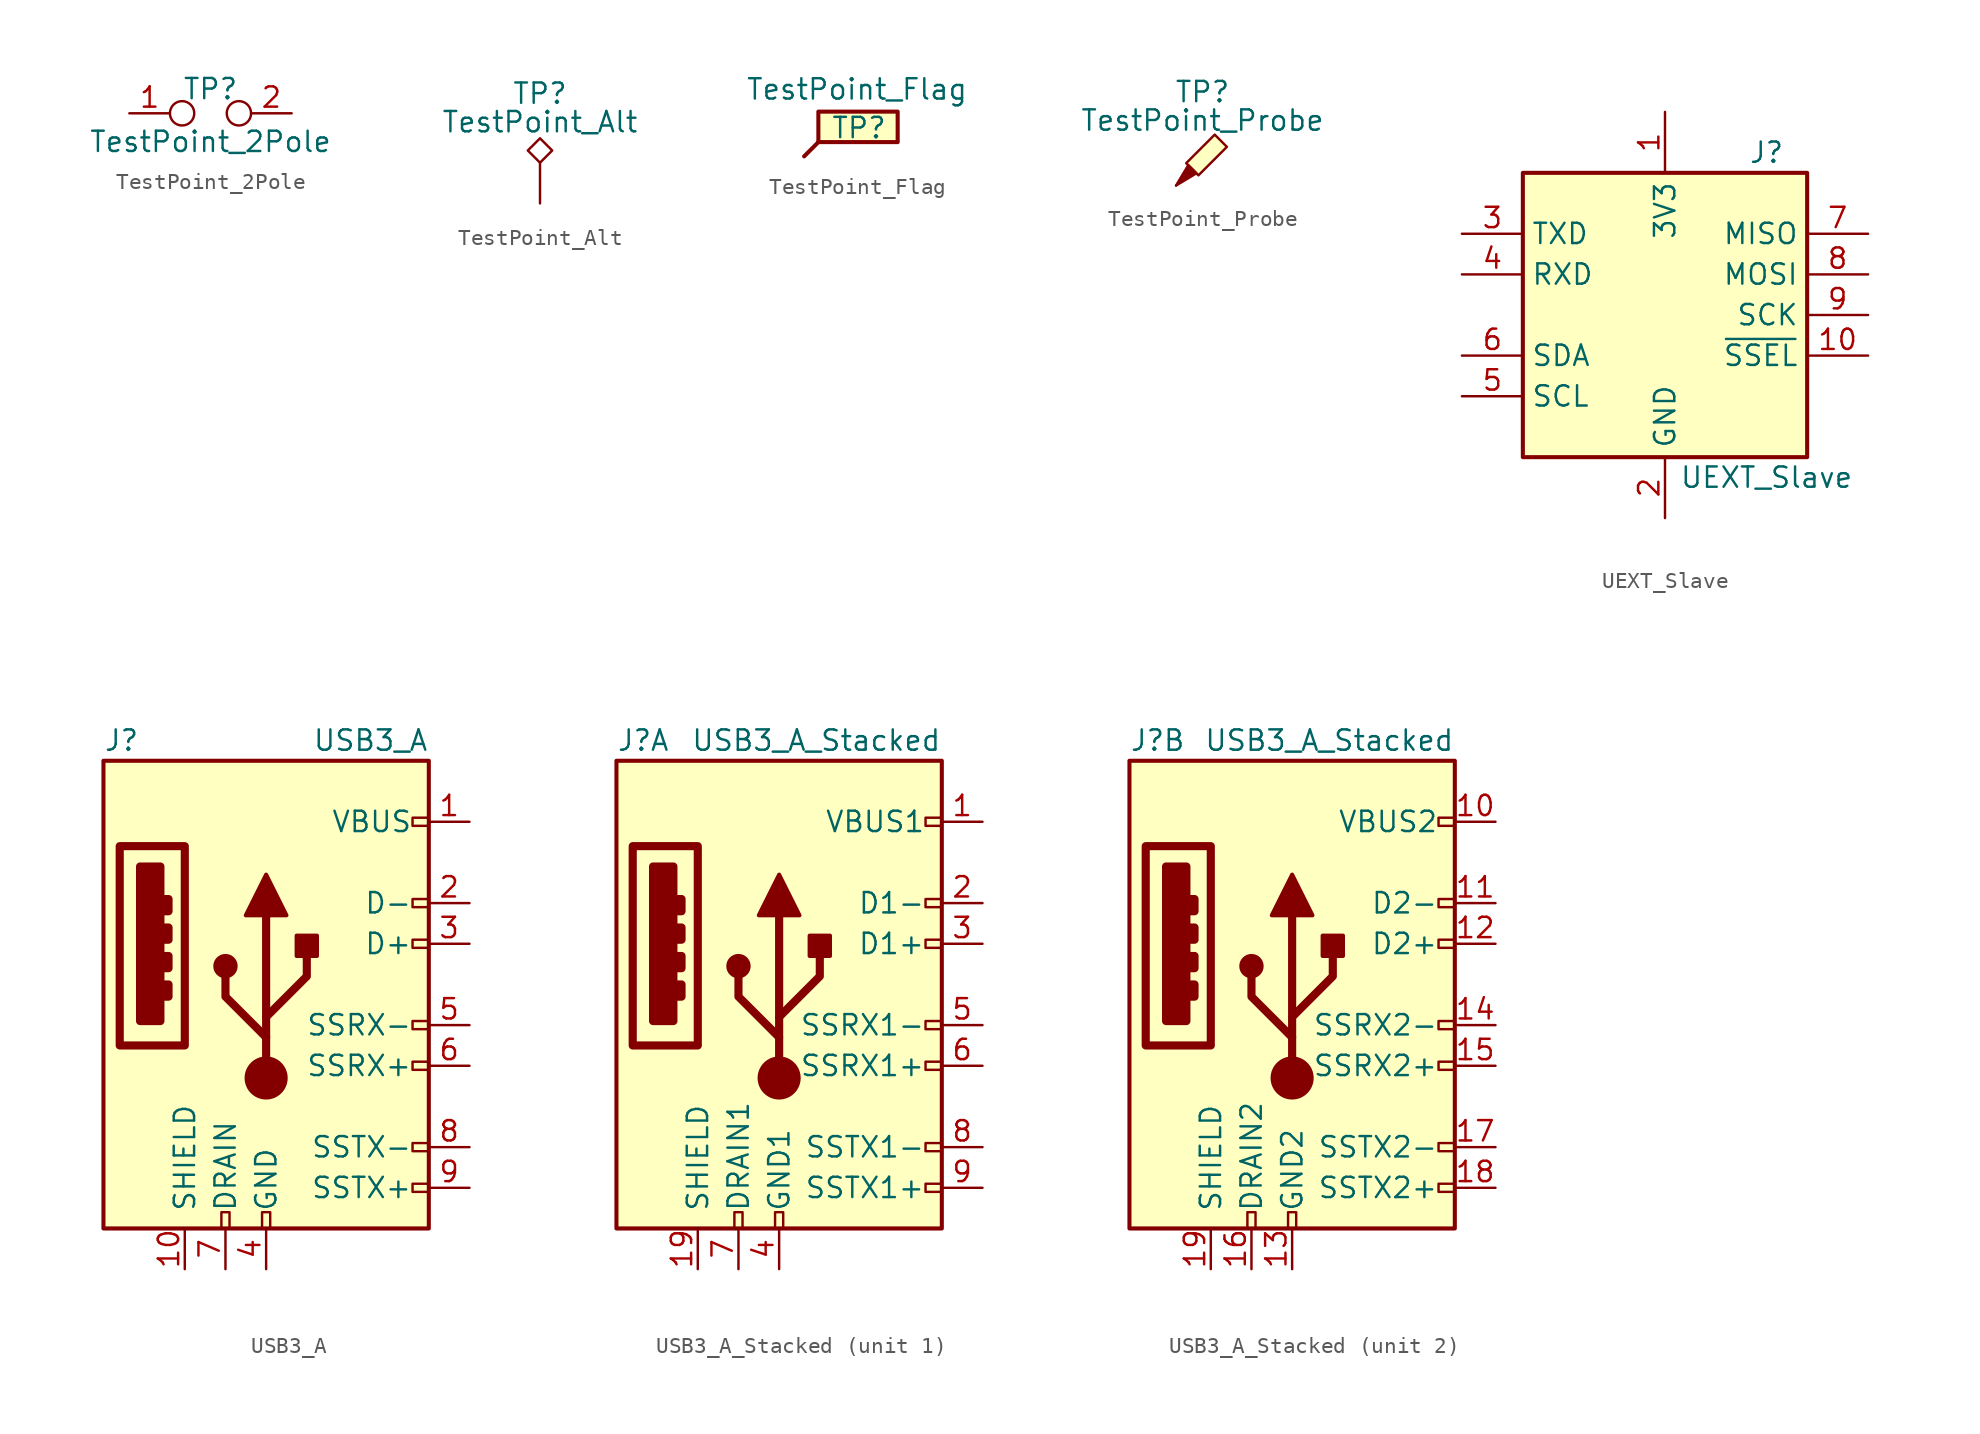
<source format=kicad_sym>
(kicad_symbol_lib
  (version 20241209)
  (generator "kicad_symbol_editor")
  (generator_version "9.0")
  (symbol "TestPoint_2Pole"
    (pin_names
      (offset 0.762)
      (hide yes))
    (property "Reference" "TP"
      (at 0 1.524 0)
      (effects (font (size 1.27 1.27))))
    (property "Value" "TestPoint_2Pole"
      (at 0 -1.778 0)
      (effects (font (size 1.27 1.27))))
    (symbol "TestPoint_2Pole_0_1"
      (circle (center -1.778 0) (radius 0.762) (stroke (width 0) (type default)) (fill (type none)))
      (circle (center 1.778 0) (radius 0.762) (stroke (width 0) (type default)) (fill (type none)))
      (pin passive line (at -5.08 0 0) (length 2.54) (name "1" (effects (font (size 1.27 1.27)))) (number "1" (effects (font (size 1.27 1.27)))))
      (pin passive line (at 5.08 0 180) (length 2.54) (name "2" (effects (font (size 1.27 1.27)))) (number "2" (effects (font (size 1.27 1.27)))))))
  (symbol "TestPoint_Alt"
    (pin_numbers
      (hide yes))
    (pin_names
      (offset 0.762)
      (hide yes))
    (property "Reference" "TP"
      (at 0 6.858 0)
      (effects (font (size 1.27 1.27))))
    (property "Value" "TestPoint_Alt"
      (at 0 5.08 0)
      (effects (font (size 1.27 1.27))))
    (symbol "TestPoint_Alt_0_1"
      (polyline (pts (xy 0 2.54) (xy -0.762 3.302) (xy 0 4.064) (xy 0.762 3.302) (xy 0 2.54)) (stroke (width 0) (type default)) (fill (type none))))
    (symbol "TestPoint_Alt_1_1"
      (pin passive line (at 0 0 90) (length 2.54) (name "1" (effects (font (size 1.27 1.27)))) (number "1" (effects (font (size 1.27 1.27)))))))
  (symbol "TestPoint_Flag"
    (pin_numbers
      (hide yes))
    (pin_names
      (offset 0.762)
      (hide yes))
    (property "Reference" "TP"
      (at 3.429 1.778 0)
      (effects (font (size 1.27 1.27))))
    (property "Value" "TestPoint_Flag"
      (at 3.302 4.191 0)
      (effects (font (size 1.27 1.27))))
    (symbol "TestPoint_Flag_0_1"
      (polyline (pts (xy 0 0) (xy 0.889 0.889)) (stroke (width 0.254) (type default)) (fill (type none)))
      (rectangle (start 0.889 2.794) (end 5.842 0.889) (stroke (width 0.254) (type default)) (fill (type background))))
    (symbol "TestPoint_Flag_1_1"
      (pin passive line (at 0 0 90) (length 0) (name "1" (effects (font (size 1.27 1.27)))) (number "1" (effects (font (size 1.27 1.27)))))))
  (symbol "TestPoint_Probe"
    (pin_numbers
      (hide yes))
    (pin_names
      (offset 0.762)
      (hide yes))
    (property "Reference" "TP"
      (at 1.651 5.842 0)
      (effects (font (size 1.27 1.27))))
    (property "Value" "TestPoint_Probe"
      (at 1.651 4.064 0)
      (effects (font (size 1.27 1.27))))
    (symbol "TestPoint_Probe_0_1"
      (polyline (pts (xy 1.27 0.762) (xy 0 0) (xy 0.762 1.27) (xy 1.27 0.762)) (stroke (width 0) (type default)) (fill (type outline)))
      (polyline (pts (xy 1.397 0.635) (xy 0.635 1.397) (xy 2.413 3.175) (xy 3.175 2.413) (xy 1.397 0.635)) (stroke (width 0) (type default)) (fill (type background))))
    (symbol "TestPoint_Probe_1_1"
      (pin passive line (at 0 0 90) (length 0) (name "1" (effects (font (size 1.27 1.27)))) (number "1" (effects (font (size 1.27 1.27)))))))
  (symbol "UEXT_Slave"
    (property "Reference" "J"
      (at 6.35 10.16 0)
      (effects (font (size 1.27 1.27))))
    (property "Value" "UEXT_Slave"
      (at 6.35 -10.16 0)
      (effects (font (size 1.27 1.27))))
    (symbol "UEXT_Slave_1_1"
      (rectangle (start -8.89 8.89) (end 8.89 -8.89) (stroke (width 0.254) (type default)) (fill (type background)))
      (pin input line (at -12.7 5.08 0) (length 3.81) (name "TXD" (effects (font (size 1.27 1.27)))) (number "3" (effects (font (size 1.27 1.27)))))
      (pin output line (at -12.7 2.54 0) (length 3.81) (name "RXD" (effects (font (size 1.27 1.27)))) (number "4" (effects (font (size 1.27 1.27)))))
      (pin bidirectional line (at -12.7 -2.54 0) (length 3.81) (name "SDA" (effects (font (size 1.27 1.27)))) (number "6" (effects (font (size 1.27 1.27)))))
      (pin input line (at -12.7 -5.08 0) (length 3.81) (name "SCL" (effects (font (size 1.27 1.27)))) (number "5" (effects (font (size 1.27 1.27)))))
      (pin power_out line (at 0 12.7 270) (length 3.81) (name "3V3" (effects (font (size 1.27 1.27)))) (number "1" (effects (font (size 1.27 1.27)))))
      (pin power_in line (at 0 -12.7 90) (length 3.81) (name "GND" (effects (font (size 1.27 1.27)))) (number "2" (effects (font (size 1.27 1.27)))))
      (pin input line (at 12.7 5.08 180) (length 3.81) (name "MISO" (effects (font (size 1.27 1.27)))) (number "7" (effects (font (size 1.27 1.27)))))
      (pin output line (at 12.7 2.54 180) (length 3.81) (name "MOSI" (effects (font (size 1.27 1.27)))) (number "8" (effects (font (size 1.27 1.27)))))
      (pin input line (at 12.7 0 180) (length 3.81) (name "SCK" (effects (font (size 1.27 1.27)))) (number "9" (effects (font (size 1.27 1.27)))))
      (pin input line (at 12.7 -2.54 180) (length 3.81) (name "~{SSEL}" (effects (font (size 1.27 1.27)))) (number "10" (effects (font (size 1.27 1.27)))))))
  (symbol "USB3_A"
    (pin_names
      (offset 1.016))
    (property "Reference" "J"
      (at -10.16 15.24 0)
      (effects (font (size 1.27 1.27)) (justify left)))
    (property "Value" "USB3_A"
      (at 10.16 15.24 0)
      (effects (font (size 1.27 1.27)) (justify right)))
    (symbol "USB3_A_0_0"
      (rectangle (start -9.144 8.636) (end -5.08 -3.81) (stroke (width 0.508) (type default)) (fill (type none)))
      (rectangle (start -7.874 7.366) (end -6.604 -2.286) (stroke (width 0.508) (type default)) (fill (type outline)))
      (rectangle (start -6.35 5.334) (end -6.096 4.572) (stroke (width 0.508) (type default)) (fill (type none)))
      (rectangle (start -6.35 3.556) (end -6.096 2.794) (stroke (width 0.508) (type default)) (fill (type none)))
      (rectangle (start -6.35 1.778) (end -6.096 1.016) (stroke (width 0.508) (type default)) (fill (type none)))
      (rectangle (start -6.35 0) (end -6.096 -0.762) (stroke (width 0.508) (type default)) (fill (type none)))
      (rectangle (start -2.794 -15.24) (end -2.286 -14.224) (stroke (width 0) (type default)) (fill (type none)))
      (rectangle (start -0.254 -15.24) (end 0.254 -14.224) (stroke (width 0) (type default)) (fill (type none)))
      (rectangle (start 10.16 10.414) (end 9.144 9.906) (stroke (width 0) (type default)) (fill (type none)))
      (rectangle (start 10.16 5.334) (end 9.144 4.826) (stroke (width 0) (type default)) (fill (type none)))
      (rectangle (start 10.16 2.794) (end 9.144 2.286) (stroke (width 0) (type default)) (fill (type none)))
      (rectangle (start 10.16 -2.286) (end 9.144 -2.794) (stroke (width 0) (type default)) (fill (type none)))
      (rectangle (start 10.16 -4.826) (end 9.144 -5.334) (stroke (width 0) (type default)) (fill (type none)))
      (rectangle (start 10.16 -9.906) (end 9.144 -10.414) (stroke (width 0) (type default)) (fill (type none)))
      (rectangle (start 10.16 -12.446) (end 9.144 -12.954) (stroke (width 0) (type default)) (fill (type none))))
    (symbol "USB3_A_0_1"
      (rectangle (start -10.16 13.97) (end 10.16 -15.24) (stroke (width 0.254) (type default)) (fill (type background))))
    (symbol "USB3_A_1_1"
      (circle (center -2.54 1.143) (radius 0.635) (stroke (width 0.254) (type default)) (fill (type outline)))
      (polyline (pts (xy -1.27 4.318) (xy 0 6.858) (xy 1.27 4.318) (xy -1.27 4.318)) (stroke (width 0.254) (type default)) (fill (type outline)))
      (polyline (pts (xy 0 -2.032) (xy 2.54 0.508) (xy 2.54 1.778)) (stroke (width 0.508) (type default)) (fill (type none)))
      (polyline (pts (xy 0 -3.302) (xy -2.54 -0.762) (xy -2.54 0.508)) (stroke (width 0.508) (type default)) (fill (type none)))
      (polyline (pts (xy 0 -5.842) (xy 0 4.318)) (stroke (width 0.508) (type default)) (fill (type none)))
      (circle (center 0 -5.842) (radius 1.27) (stroke (width 0) (type default)) (fill (type outline)))
      (rectangle (start 1.905 1.778) (end 3.175 3.048) (stroke (width 0.254) (type default)) (fill (type outline)))
      (pin passive line (at -5.08 -17.78 90) (length 2.54) (name "SHIELD" (effects (font (size 1.27 1.27)))) (number "10" (effects (font (size 1.27 1.27)))))
      (pin passive line (at -2.54 -17.78 90) (length 2.54) (name "DRAIN" (effects (font (size 1.27 1.27)))) (number "7" (effects (font (size 1.27 1.27)))))
      (pin power_in line (at 0 -17.78 90) (length 2.54) (name "GND" (effects (font (size 1.27 1.27)))) (number "4" (effects (font (size 1.27 1.27)))))
      (pin power_in line (at 12.7 10.16 180) (length 2.54) (name "VBUS" (effects (font (size 1.27 1.27)))) (number "1" (effects (font (size 1.27 1.27)))))
      (pin bidirectional line (at 12.7 5.08 180) (length 2.54) (name "D-" (effects (font (size 1.27 1.27)))) (number "2" (effects (font (size 1.27 1.27)))))
      (pin bidirectional line (at 12.7 2.54 180) (length 2.54) (name "D+" (effects (font (size 1.27 1.27)))) (number "3" (effects (font (size 1.27 1.27)))))
      (pin output line (at 12.7 -2.54 180) (length 2.54) (name "SSRX-" (effects (font (size 1.27 1.27)))) (number "5" (effects (font (size 1.27 1.27)))))
      (pin output line (at 12.7 -5.08 180) (length 2.54) (name "SSRX+" (effects (font (size 1.27 1.27)))) (number "6" (effects (font (size 1.27 1.27)))))
      (pin input line (at 12.7 -10.16 180) (length 2.54) (name "SSTX-" (effects (font (size 1.27 1.27)))) (number "8" (effects (font (size 1.27 1.27)))))
      (pin input line (at 12.7 -12.7 180) (length 2.54) (name "SSTX+" (effects (font (size 1.27 1.27)))) (number "9" (effects (font (size 1.27 1.27)))))))
  (symbol "USB3_A_Stacked"
    (pin_names
      (offset 1.016))
    (property "Reference" "J"
      (at -10.16 15.24 0)
      (effects (font (size 1.27 1.27)) (justify left)))
    (property "Value" "USB3_A_Stacked"
      (at 10.16 15.24 0)
      (effects (font (size 1.27 1.27)) (justify right)))
    (symbol "USB3_A_Stacked_0_0"
      (rectangle (start -9.144 8.636) (end -5.08 -3.81) (stroke (width 0.508) (type default)) (fill (type none)))
      (rectangle (start -7.874 7.366) (end -6.604 -2.286) (stroke (width 0.508) (type default)) (fill (type outline)))
      (rectangle (start -6.35 5.334) (end -6.096 4.572) (stroke (width 0.508) (type default)) (fill (type none)))
      (rectangle (start -6.35 3.556) (end -6.096 2.794) (stroke (width 0.508) (type default)) (fill (type none)))
      (rectangle (start -6.35 1.778) (end -6.096 1.016) (stroke (width 0.508) (type default)) (fill (type none)))
      (rectangle (start -6.35 0) (end -6.096 -0.762) (stroke (width 0.508) (type default)) (fill (type none)))
      (rectangle (start -2.794 -15.24) (end -2.286 -14.224) (stroke (width 0) (type default)) (fill (type none)))
      (rectangle (start -0.254 -15.24) (end 0.254 -14.224) (stroke (width 0) (type default)) (fill (type none)))
      (rectangle (start 10.16 10.414) (end 9.144 9.906) (stroke (width 0) (type default)) (fill (type none)))
      (rectangle (start 10.16 5.334) (end 9.144 4.826) (stroke (width 0) (type default)) (fill (type none)))
      (rectangle (start 10.16 2.794) (end 9.144 2.286) (stroke (width 0) (type default)) (fill (type none)))
      (rectangle (start 10.16 -2.286) (end 9.144 -2.794) (stroke (width 0) (type default)) (fill (type none)))
      (rectangle (start 10.16 -4.826) (end 9.144 -5.334) (stroke (width 0) (type default)) (fill (type none)))
      (rectangle (start 10.16 -9.906) (end 9.144 -10.414) (stroke (width 0) (type default)) (fill (type none)))
      (rectangle (start 10.16 -12.446) (end 9.144 -12.954) (stroke (width 0) (type default)) (fill (type none))))
    (symbol "USB3_A_Stacked_0_1"
      (rectangle (start -10.16 13.97) (end 10.16 -15.24) (stroke (width 0.254) (type default)) (fill (type background)))
      (pin passive line (at -5.08 -17.78 90) (length 2.54) (name "SHIELD" (effects (font (size 1.27 1.27)))) (number "19" (effects (font (size 1.27 1.27))))))
    (symbol "USB3_A_Stacked_1_1"
      (circle (center -2.54 1.143) (radius 0.635) (stroke (width 0.254) (type default)) (fill (type outline)))
      (polyline (pts (xy -1.27 4.318) (xy 0 6.858) (xy 1.27 4.318) (xy -1.27 4.318)) (stroke (width 0.254) (type default)) (fill (type outline)))
      (polyline (pts (xy 0 -2.032) (xy 2.54 0.508) (xy 2.54 1.778)) (stroke (width 0.508) (type default)) (fill (type none)))
      (polyline (pts (xy 0 -3.302) (xy -2.54 -0.762) (xy -2.54 0.508)) (stroke (width 0.508) (type default)) (fill (type none)))
      (polyline (pts (xy 0 -5.842) (xy 0 4.318)) (stroke (width 0.508) (type default)) (fill (type none)))
      (circle (center 0 -5.842) (radius 1.27) (stroke (width 0) (type default)) (fill (type outline)))
      (rectangle (start 1.905 1.778) (end 3.175 3.048) (stroke (width 0.254) (type default)) (fill (type outline)))
      (pin passive line (at -2.54 -17.78 90) (length 2.54) (name "DRAIN1" (effects (font (size 1.27 1.27)))) (number "7" (effects (font (size 1.27 1.27)))))
      (pin power_in line (at 0 -17.78 90) (length 2.54) (name "GND1" (effects (font (size 1.27 1.27)))) (number "4" (effects (font (size 1.27 1.27)))))
      (pin power_in line (at 12.7 10.16 180) (length 2.54) (name "VBUS1" (effects (font (size 1.27 1.27)))) (number "1" (effects (font (size 1.27 1.27)))))
      (pin bidirectional line (at 12.7 5.08 180) (length 2.54) (name "D1-" (effects (font (size 1.27 1.27)))) (number "2" (effects (font (size 1.27 1.27)))))
      (pin bidirectional line (at 12.7 2.54 180) (length 2.54) (name "D1+" (effects (font (size 1.27 1.27)))) (number "3" (effects (font (size 1.27 1.27)))))
      (pin output line (at 12.7 -2.54 180) (length 2.54) (name "SSRX1-" (effects (font (size 1.27 1.27)))) (number "5" (effects (font (size 1.27 1.27)))))
      (pin output line (at 12.7 -5.08 180) (length 2.54) (name "SSRX1+" (effects (font (size 1.27 1.27)))) (number "6" (effects (font (size 1.27 1.27)))))
      (pin input line (at 12.7 -10.16 180) (length 2.54) (name "SSTX1-" (effects (font (size 1.27 1.27)))) (number "8" (effects (font (size 1.27 1.27)))))
      (pin input line (at 12.7 -12.7 180) (length 2.54) (name "SSTX1+" (effects (font (size 1.27 1.27)))) (number "9" (effects (font (size 1.27 1.27))))))
    (symbol "USB3_A_Stacked_2_1"
      (circle (center -2.54 1.143) (radius 0.635) (stroke (width 0.254) (type default)) (fill (type outline)))
      (polyline (pts (xy -1.27 4.318) (xy 0 6.858) (xy 1.27 4.318) (xy -1.27 4.318)) (stroke (width 0.254) (type default)) (fill (type outline)))
      (polyline (pts (xy 0 -2.032) (xy 2.54 0.508) (xy 2.54 1.778)) (stroke (width 0.508) (type default)) (fill (type none)))
      (polyline (pts (xy 0 -3.302) (xy -2.54 -0.762) (xy -2.54 0.508)) (stroke (width 0.508) (type default)) (fill (type none)))
      (polyline (pts (xy 0 -5.842) (xy 0 4.318)) (stroke (width 0.508) (type default)) (fill (type none)))
      (circle (center 0 -5.842) (radius 1.27) (stroke (width 0) (type default)) (fill (type outline)))
      (rectangle (start 1.905 1.778) (end 3.175 3.048) (stroke (width 0.254) (type default)) (fill (type outline)))
      (pin passive line (at -2.54 -17.78 90) (length 2.54) (name "DRAIN2" (effects (font (size 1.27 1.27)))) (number "16" (effects (font (size 1.27 1.27)))))
      (pin power_in line (at 0 -17.78 90) (length 2.54) (name "GND2" (effects (font (size 1.27 1.27)))) (number "13" (effects (font (size 1.27 1.27)))))
      (pin power_in line (at 12.7 10.16 180) (length 2.54) (name "VBUS2" (effects (font (size 1.27 1.27)))) (number "10" (effects (font (size 1.27 1.27)))))
      (pin bidirectional line (at 12.7 5.08 180) (length 2.54) (name "D2-" (effects (font (size 1.27 1.27)))) (number "11" (effects (font (size 1.27 1.27)))))
      (pin bidirectional line (at 12.7 2.54 180) (length 2.54) (name "D2+" (effects (font (size 1.27 1.27)))) (number "12" (effects (font (size 1.27 1.27)))))
      (pin output line (at 12.7 -2.54 180) (length 2.54) (name "SSRX2-" (effects (font (size 1.27 1.27)))) (number "14" (effects (font (size 1.27 1.27)))))
      (pin output line (at 12.7 -5.08 180) (length 2.54) (name "SSRX2+" (effects (font (size 1.27 1.27)))) (number "15" (effects (font (size 1.27 1.27)))))
      (pin input line (at 12.7 -10.16 180) (length 2.54) (name "SSTX2-" (effects (font (size 1.27 1.27)))) (number "17" (effects (font (size 1.27 1.27)))))
      (pin input line (at 12.7 -12.7 180) (length 2.54) (name "SSTX2+" (effects (font (size 1.27 1.27)))) (number "18" (effects (font (size 1.27 1.27))))))))
</source>
